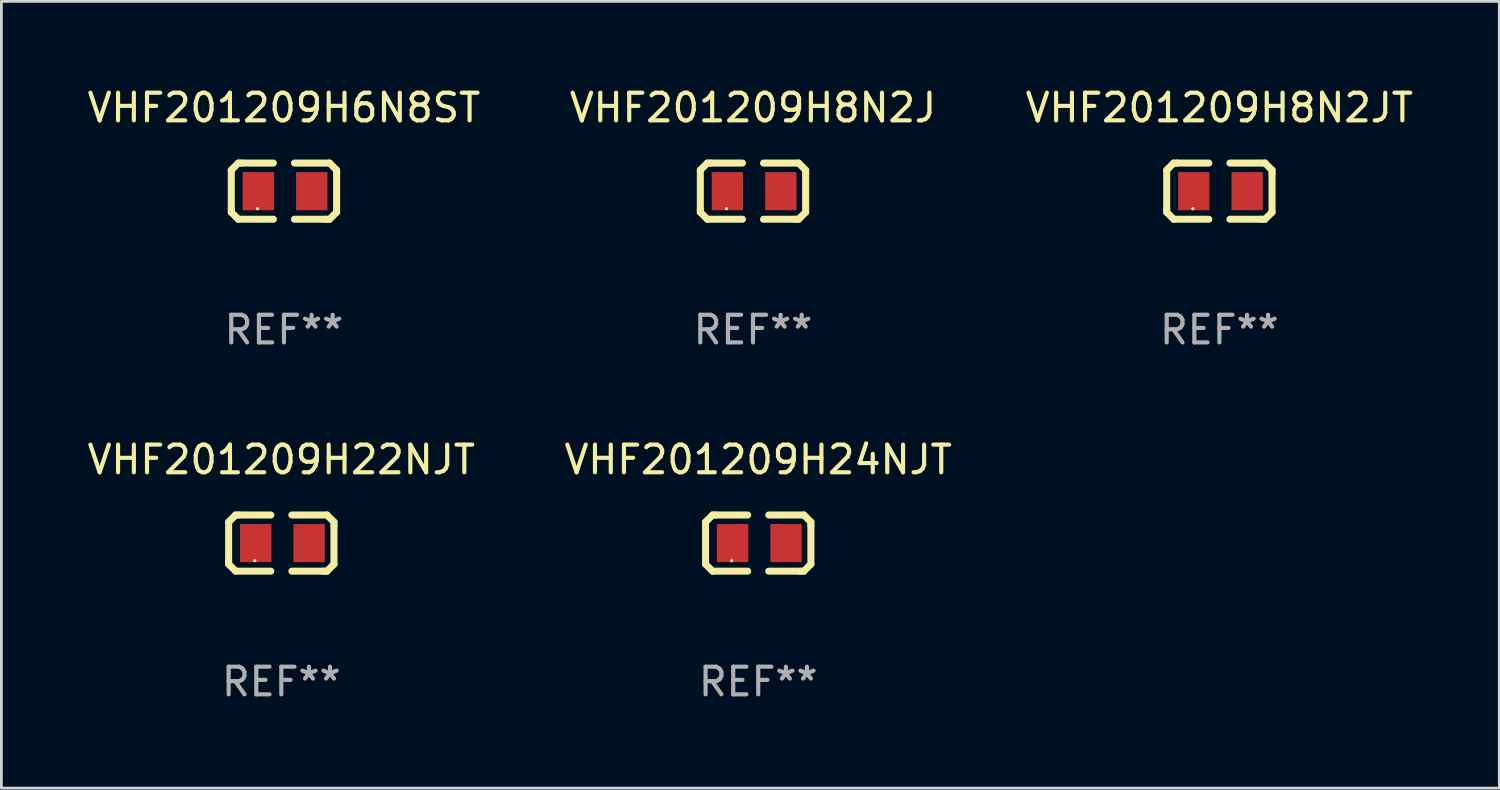
<source format=kicad_pcb>
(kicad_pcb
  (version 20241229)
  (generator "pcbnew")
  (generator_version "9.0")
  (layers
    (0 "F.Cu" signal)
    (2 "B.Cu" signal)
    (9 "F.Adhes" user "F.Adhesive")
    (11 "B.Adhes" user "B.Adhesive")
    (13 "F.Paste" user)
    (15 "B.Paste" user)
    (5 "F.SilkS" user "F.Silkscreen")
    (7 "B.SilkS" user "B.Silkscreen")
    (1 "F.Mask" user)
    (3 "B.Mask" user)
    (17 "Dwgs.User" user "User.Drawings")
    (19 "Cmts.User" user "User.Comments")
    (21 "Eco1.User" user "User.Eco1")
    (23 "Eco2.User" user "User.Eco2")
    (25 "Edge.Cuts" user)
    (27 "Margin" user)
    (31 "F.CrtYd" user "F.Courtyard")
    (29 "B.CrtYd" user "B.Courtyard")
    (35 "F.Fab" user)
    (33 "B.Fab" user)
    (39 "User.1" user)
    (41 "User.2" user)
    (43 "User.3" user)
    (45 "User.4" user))
  (footprint "VHF201209H22NJT"
    (layer "F.Cu")
    (at 7.125 16.593)
    (property "Reference" "VHF201209H22NJT" (at 0 -3.016 0) (layer "F.SilkS") (effects (font (size 1 1) (thickness 0.15))))
    (attr through_hole)
    (fp_line (start -1.905 -0.762) (end -1.905 0.635) (stroke (width 0.254) (type solid)) (layer "F.SilkS"))
    (fp_line (start -1.905 0.635) (end -1.905 0.762) (stroke (width 0.254) (type solid)) (layer "F.SilkS"))
    (fp_line (start -1.905 0.762) (end -1.651 1.016) (stroke (width 0.254) (type solid)) (layer "F.SilkS"))
    (fp_line (start -1.651 -1.016) (end -1.905 -0.762) (stroke (width 0.254) (type solid)) (layer "F.SilkS"))
    (fp_line (start -1.651 1.016) (end -0.381 1.016) (stroke (width 0.254) (type solid)) (layer "F.SilkS"))
    (fp_line (start -1.524 -1.016) (end -1.651 -1.016) (stroke (width 0.254) (type solid)) (layer "F.SilkS"))
    (fp_line (start -0.381 -1.016) (end -1.524 -1.016) (stroke (width 0.254) (type solid)) (layer "F.SilkS"))
    (fp_line (start 0.381 1.016) (end 1.524 1.016) (stroke (width 0.254) (type solid)) (layer "F.SilkS"))
    (fp_line (start 1.524 1.016) (end 1.651 1.016) (stroke (width 0.254) (type solid)) (layer "F.SilkS"))
    (fp_line (start 1.651 -1.016) (end 0.381 -1.016) (stroke (width 0.254) (type solid)) (layer "F.SilkS"))
    (fp_line (start 1.651 1.016) (end 1.905 0.762) (stroke (width 0.254) (type solid)) (layer "F.SilkS"))
    (fp_line (start 1.905 -0.762) (end 1.651 -1.016) (stroke (width 0.254) (type solid)) (layer "F.SilkS"))
    (fp_line (start 1.905 -0.635) (end 1.905 -0.762) (stroke (width 0.254) (type solid)) (layer "F.SilkS"))
    (fp_line (start 1.905 0.762) (end 1.905 -0.635) (stroke (width 0.254) (type solid)) (layer "F.SilkS"))
    (fp_circle (center -0.96 0.637) (end -0.93 0.637) (stroke (width 0.06) (type solid)) (fill no) (layer "F.SilkS"))
    (fp_text user "REF**" (at 0 5.016 0) (layer "F.Fab") (effects (font (size 1 1) (thickness 0.15))))
    (pad "1" smd rect (at -0.926 -0.000051) (size 1.133 1.377) (layers "F.Cu" "F.Mask" "F.Paste"))
    (pad "2" smd rect (at 1.006 -0.000051) (size 1.133 1.377) (layers "F.Cu" "F.Mask" "F.Paste")))
  (footprint "VHF201209H8N2J"
    (layer "F.Cu")
    (at 24.185 3.864)
    (property "Reference" "VHF201209H8N2J" (at 0 -3.016 0) (layer "F.SilkS") (effects (font (size 1 1) (thickness 0.15))))
    (attr through_hole)
    (fp_line (start -1.905 -0.762) (end -1.905 0.635) (stroke (width 0.254) (type solid)) (layer "F.SilkS"))
    (fp_line (start -1.905 0.635) (end -1.905 0.762) (stroke (width 0.254) (type solid)) (layer "F.SilkS"))
    (fp_line (start -1.905 0.762) (end -1.651 1.016) (stroke (width 0.254) (type solid)) (layer "F.SilkS"))
    (fp_line (start -1.651 -1.016) (end -1.905 -0.762) (stroke (width 0.254) (type solid)) (layer "F.SilkS"))
    (fp_line (start -1.651 1.016) (end -0.381 1.016) (stroke (width 0.254) (type solid)) (layer "F.SilkS"))
    (fp_line (start -1.524 -1.016) (end -1.651 -1.016) (stroke (width 0.254) (type solid)) (layer "F.SilkS"))
    (fp_line (start -0.381 -1.016) (end -1.524 -1.016) (stroke (width 0.254) (type solid)) (layer "F.SilkS"))
    (fp_line (start 0.381 1.016) (end 1.524 1.016) (stroke (width 0.254) (type solid)) (layer "F.SilkS"))
    (fp_line (start 1.524 1.016) (end 1.651 1.016) (stroke (width 0.254) (type solid)) (layer "F.SilkS"))
    (fp_line (start 1.651 -1.016) (end 0.381 -1.016) (stroke (width 0.254) (type solid)) (layer "F.SilkS"))
    (fp_line (start 1.651 1.016) (end 1.905 0.762) (stroke (width 0.254) (type solid)) (layer "F.SilkS"))
    (fp_line (start 1.905 -0.762) (end 1.651 -1.016) (stroke (width 0.254) (type solid)) (layer "F.SilkS"))
    (fp_line (start 1.905 -0.635) (end 1.905 -0.762) (stroke (width 0.254) (type solid)) (layer "F.SilkS"))
    (fp_line (start 1.905 0.762) (end 1.905 -0.635) (stroke (width 0.254) (type solid)) (layer "F.SilkS"))
    (fp_circle (center -0.96 0.637) (end -0.93 0.637) (stroke (width 0.06) (type solid)) (fill no) (layer "F.SilkS"))
    (fp_text user "REF**" (at 0 5.016 0) (layer "F.Fab") (effects (font (size 1 1) (thickness 0.15))))
    (pad "1" smd rect (at -0.926 -0.000051) (size 1.133 1.377) (layers "F.Cu" "F.Mask" "F.Paste"))
    (pad "2" smd rect (at 1.006 -0.000051) (size 1.133 1.377) (layers "F.Cu" "F.Mask" "F.Paste")))
  (footprint "VHF201209H6N8ST"
    (layer "F.Cu")
    (at 7.22 3.864)
    (property "Reference" "VHF201209H6N8ST" (at 0 -3.016 0) (layer "F.SilkS") (effects (font (size 1 1) (thickness 0.15))))
    (attr through_hole)
    (fp_line (start -1.905 -0.762) (end -1.905 0.635) (stroke (width 0.254) (type solid)) (layer "F.SilkS"))
    (fp_line (start -1.905 0.635) (end -1.905 0.762) (stroke (width 0.254) (type solid)) (layer "F.SilkS"))
    (fp_line (start -1.905 0.762) (end -1.651 1.016) (stroke (width 0.254) (type solid)) (layer "F.SilkS"))
    (fp_line (start -1.651 -1.016) (end -1.905 -0.762) (stroke (width 0.254) (type solid)) (layer "F.SilkS"))
    (fp_line (start -1.651 1.016) (end -0.381 1.016) (stroke (width 0.254) (type solid)) (layer "F.SilkS"))
    (fp_line (start -1.524 -1.016) (end -1.651 -1.016) (stroke (width 0.254) (type solid)) (layer "F.SilkS"))
    (fp_line (start -0.381 -1.016) (end -1.524 -1.016) (stroke (width 0.254) (type solid)) (layer "F.SilkS"))
    (fp_line (start 0.381 1.016) (end 1.524 1.016) (stroke (width 0.254) (type solid)) (layer "F.SilkS"))
    (fp_line (start 1.524 1.016) (end 1.651 1.016) (stroke (width 0.254) (type solid)) (layer "F.SilkS"))
    (fp_line (start 1.651 -1.016) (end 0.381 -1.016) (stroke (width 0.254) (type solid)) (layer "F.SilkS"))
    (fp_line (start 1.651 1.016) (end 1.905 0.762) (stroke (width 0.254) (type solid)) (layer "F.SilkS"))
    (fp_line (start 1.905 -0.762) (end 1.651 -1.016) (stroke (width 0.254) (type solid)) (layer "F.SilkS"))
    (fp_line (start 1.905 -0.635) (end 1.905 -0.762) (stroke (width 0.254) (type solid)) (layer "F.SilkS"))
    (fp_line (start 1.905 0.762) (end 1.905 -0.635) (stroke (width 0.254) (type solid)) (layer "F.SilkS"))
    (fp_circle (center -0.96 0.637) (end -0.93 0.637) (stroke (width 0.06) (type solid)) (fill no) (layer "F.SilkS"))
    (fp_text user "REF**" (at 0 5.016 0) (layer "F.Fab") (effects (font (size 1 1) (thickness 0.15))))
    (pad "1" smd rect (at -0.926 -0.000051) (size 1.133 1.377) (layers "F.Cu" "F.Mask" "F.Paste"))
    (pad "2" smd rect (at 1.006 -0.000051) (size 1.133 1.377) (layers "F.Cu" "F.Mask" "F.Paste")))
  (footprint "VHF201209H24NJT"
    (layer "F.Cu")
    (at 24.375 16.593)
    (property "Reference" "VHF201209H24NJT" (at 0 -3.016 0) (layer "F.SilkS") (effects (font (size 1 1) (thickness 0.15))))
    (attr through_hole)
    (fp_line (start -1.905 -0.762) (end -1.905 0.635) (stroke (width 0.254) (type solid)) (layer "F.SilkS"))
    (fp_line (start -1.905 0.635) (end -1.905 0.762) (stroke (width 0.254) (type solid)) (layer "F.SilkS"))
    (fp_line (start -1.905 0.762) (end -1.651 1.016) (stroke (width 0.254) (type solid)) (layer "F.SilkS"))
    (fp_line (start -1.651 -1.016) (end -1.905 -0.762) (stroke (width 0.254) (type solid)) (layer "F.SilkS"))
    (fp_line (start -1.651 1.016) (end -0.381 1.016) (stroke (width 0.254) (type solid)) (layer "F.SilkS"))
    (fp_line (start -1.524 -1.016) (end -1.651 -1.016) (stroke (width 0.254) (type solid)) (layer "F.SilkS"))
    (fp_line (start -0.381 -1.016) (end -1.524 -1.016) (stroke (width 0.254) (type solid)) (layer "F.SilkS"))
    (fp_line (start 0.381 1.016) (end 1.524 1.016) (stroke (width 0.254) (type solid)) (layer "F.SilkS"))
    (fp_line (start 1.524 1.016) (end 1.651 1.016) (stroke (width 0.254) (type solid)) (layer "F.SilkS"))
    (fp_line (start 1.651 -1.016) (end 0.381 -1.016) (stroke (width 0.254) (type solid)) (layer "F.SilkS"))
    (fp_line (start 1.651 1.016) (end 1.905 0.762) (stroke (width 0.254) (type solid)) (layer "F.SilkS"))
    (fp_line (start 1.905 -0.762) (end 1.651 -1.016) (stroke (width 0.254) (type solid)) (layer "F.SilkS"))
    (fp_line (start 1.905 -0.635) (end 1.905 -0.762) (stroke (width 0.254) (type solid)) (layer "F.SilkS"))
    (fp_line (start 1.905 0.762) (end 1.905 -0.635) (stroke (width 0.254) (type solid)) (layer "F.SilkS"))
    (fp_circle (center -0.96 0.637) (end -0.93 0.637) (stroke (width 0.06) (type solid)) (fill no) (layer "F.SilkS"))
    (fp_text user "REF**" (at 0 5.016 0) (layer "F.Fab") (effects (font (size 1 1) (thickness 0.15))))
    (pad "1" smd rect (at -0.926 -0.000051) (size 1.133 1.377) (layers "F.Cu" "F.Mask" "F.Paste"))
    (pad "2" smd rect (at 1.006 -0.000051) (size 1.133 1.377) (layers "F.Cu" "F.Mask" "F.Paste")))
  (footprint "VHF201209H8N2JT"
    (layer "F.Cu")
    (at 41.054 3.864)
    (property "Reference" "VHF201209H8N2JT" (at 0 -3.016 0) (layer "F.SilkS") (effects (font (size 1 1) (thickness 0.15))))
    (attr through_hole)
    (fp_line (start -1.905 -0.762) (end -1.905 0.635) (stroke (width 0.254) (type solid)) (layer "F.SilkS"))
    (fp_line (start -1.905 0.635) (end -1.905 0.762) (stroke (width 0.254) (type solid)) (layer "F.SilkS"))
    (fp_line (start -1.905 0.762) (end -1.651 1.016) (stroke (width 0.254) (type solid)) (layer "F.SilkS"))
    (fp_line (start -1.651 -1.016) (end -1.905 -0.762) (stroke (width 0.254) (type solid)) (layer "F.SilkS"))
    (fp_line (start -1.651 1.016) (end -0.381 1.016) (stroke (width 0.254) (type solid)) (layer "F.SilkS"))
    (fp_line (start -1.524 -1.016) (end -1.651 -1.016) (stroke (width 0.254) (type solid)) (layer "F.SilkS"))
    (fp_line (start -0.381 -1.016) (end -1.524 -1.016) (stroke (width 0.254) (type solid)) (layer "F.SilkS"))
    (fp_line (start 0.381 1.016) (end 1.524 1.016) (stroke (width 0.254) (type solid)) (layer "F.SilkS"))
    (fp_line (start 1.524 1.016) (end 1.651 1.016) (stroke (width 0.254) (type solid)) (layer "F.SilkS"))
    (fp_line (start 1.651 -1.016) (end 0.381 -1.016) (stroke (width 0.254) (type solid)) (layer "F.SilkS"))
    (fp_line (start 1.651 1.016) (end 1.905 0.762) (stroke (width 0.254) (type solid)) (layer "F.SilkS"))
    (fp_line (start 1.905 -0.762) (end 1.651 -1.016) (stroke (width 0.254) (type solid)) (layer "F.SilkS"))
    (fp_line (start 1.905 -0.635) (end 1.905 -0.762) (stroke (width 0.254) (type solid)) (layer "F.SilkS"))
    (fp_line (start 1.905 0.762) (end 1.905 -0.635) (stroke (width 0.254) (type solid)) (layer "F.SilkS"))
    (fp_circle (center -0.96 0.637) (end -0.93 0.637) (stroke (width 0.06) (type solid)) (fill no) (layer "F.SilkS"))
    (fp_text user "REF**" (at 0 5.016 0) (layer "F.Fab") (effects (font (size 1 1) (thickness 0.15))))
    (pad "1" smd rect (at -0.926 -0.000051) (size 1.133 1.377) (layers "F.Cu" "F.Mask" "F.Paste"))
    (pad "2" smd rect (at 1.006 -0.000051) (size 1.133 1.377) (layers "F.Cu" "F.Mask" "F.Paste")))
  (gr_rect
    (start -3 -3)
    (end 51.179 25.457)
    (stroke (width 0.1) (type default))
    (fill no)
    (layer "Edge.Cuts")))
</source>
